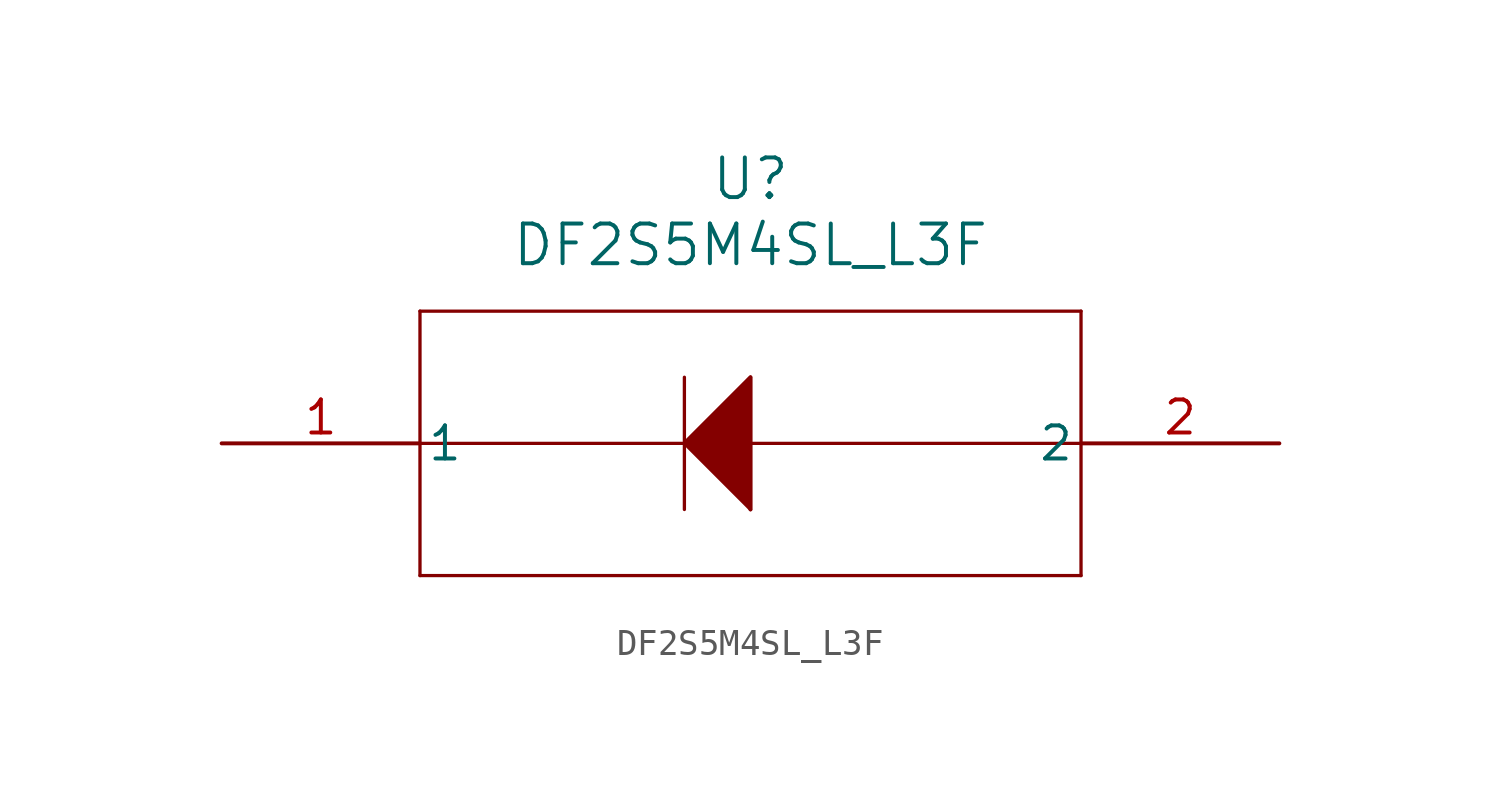
<source format=kicad_sym>
(kicad_symbol_lib
  (version 20211014)
  (generator kicad_symbol_editor)
  (symbol "DF2S5M4SL_L3F"
    (pin_names
      (offset 0.254))
    (property "Reference" "U"
      (at 20.32 10.16 0)
      (effects (font (size 1.524 1.524))))
    (property "Value" "DF2S5M4SL_L3F"
      (at 20.32 7.62 0)
      (effects (font (size 1.524 1.524))))
    (symbol "DF2S5M4SL_L3F_0_1"
      (polyline (pts (xy 7.62 5.08) (xy 7.62 -5.08)) (stroke (width 0.127) (type default) (color 0 0 0 0)) (fill (type none)))
      (polyline (pts (xy 7.62 -5.08) (xy 33.02 -5.08)) (stroke (width 0.127) (type default) (color 0 0 0 0)) (fill (type none)))
      (polyline (pts (xy 33.02 -5.08) (xy 33.02 5.08)) (stroke (width 0.127) (type default) (color 0 0 0 0)) (fill (type none)))
      (polyline (pts (xy 33.02 5.08) (xy 7.62 5.08)) (stroke (width 0.127) (type default) (color 0 0 0 0)) (fill (type none)))
      (polyline (pts (xy 7.62 0) (xy 33.02 0)) (stroke (width 0.127) (type default) (color 0 0 0 0)) (fill (type none)))
      (polyline (pts (xy 17.78 2.54) (xy 17.78 -2.54)) (stroke (width 0.127) (type default) (color 0 0 0 0)) (fill (type none)))
      (polyline (pts (xy 17.78 0) (xy 20.32 2.54)) (stroke (width 0.127) (type default) (color 0 0 0 0)) (fill (type none)))
      (polyline (pts (xy 20.32 2.54) (xy 20.32 -2.54)) (stroke (width 0.127) (type default) (color 0 0 0 0)) (fill (type none)))
      (polyline (pts (xy 20.32 -2.54) (xy 17.78 0)) (stroke (width 0.127) (type default) (color 0 0 0 0)) (fill (type none)))
      (polyline (pts (xy 17.78 0) (xy 20.32 2.54) (xy 20.32 -2.54)) (stroke (width 0) (type default) (color 0 0 0 0)) (fill (type outline)))
      (pin unspecified line (at 0 0 0) (length 7.62) (name "1" (effects (font (size 1.27 1.27)))) (number "1" (effects (font (size 1.27 1.27)))))
      (pin unspecified line (at 40.64 0 180) (length 7.62) (name "2" (effects (font (size 1.27 1.27)))) (number "2" (effects (font (size 1.27 1.27))))))))
</source>
